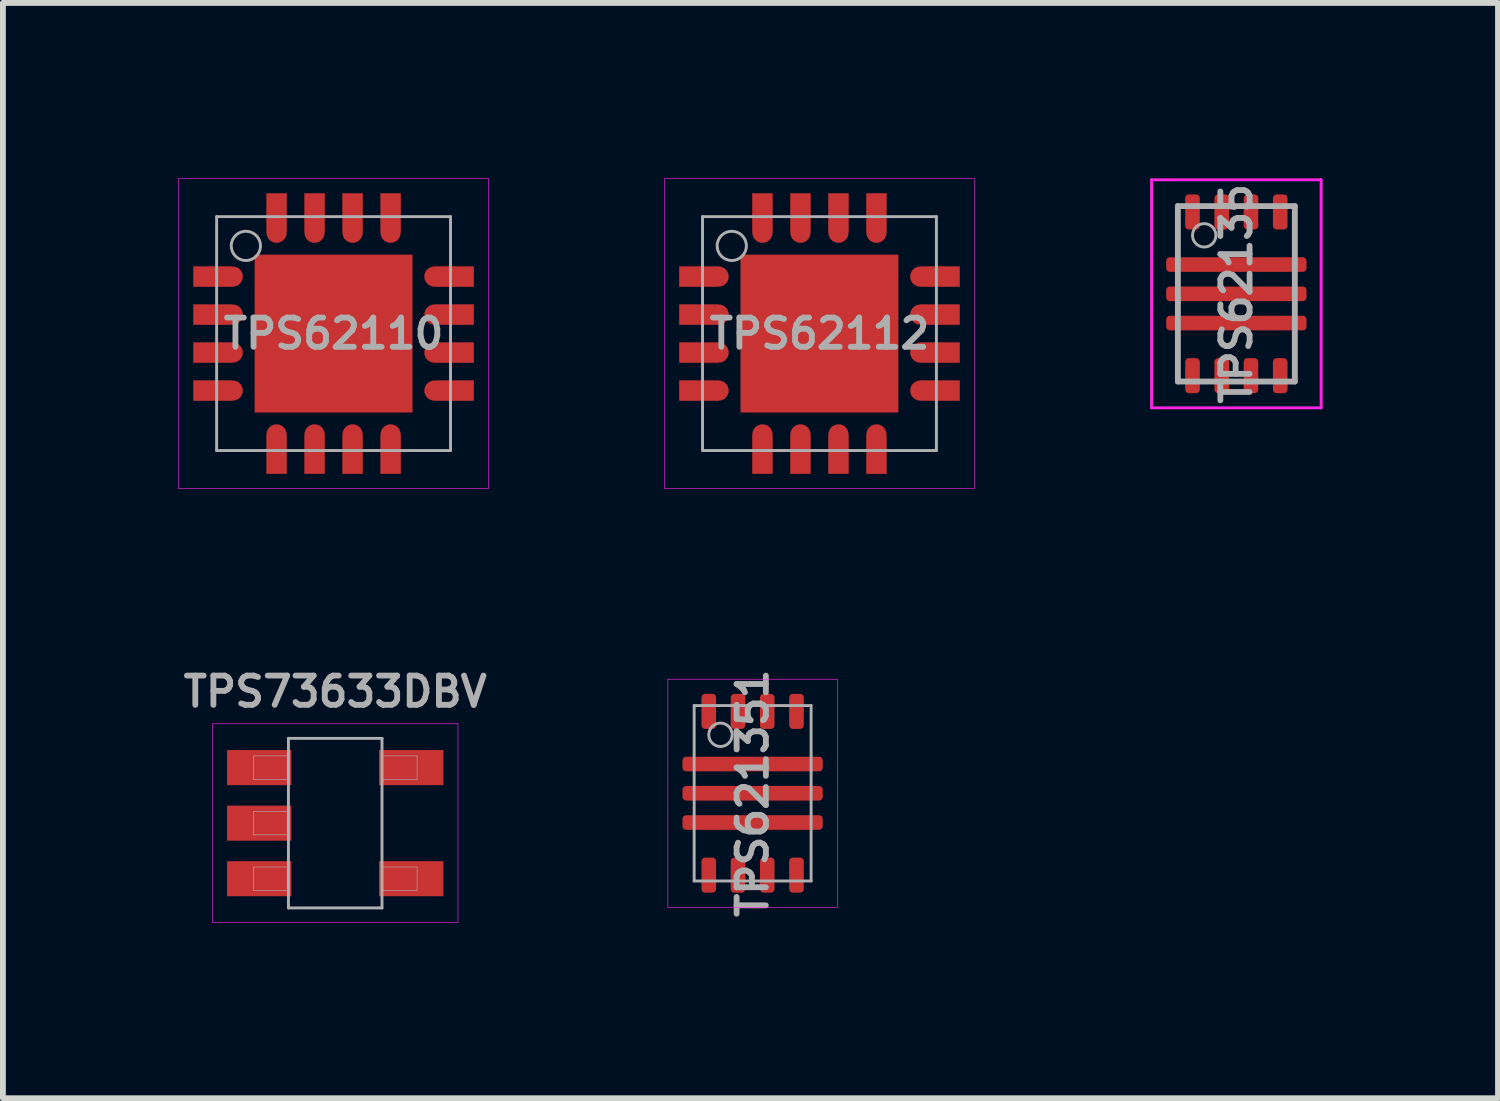
<source format=kicad_pcb>
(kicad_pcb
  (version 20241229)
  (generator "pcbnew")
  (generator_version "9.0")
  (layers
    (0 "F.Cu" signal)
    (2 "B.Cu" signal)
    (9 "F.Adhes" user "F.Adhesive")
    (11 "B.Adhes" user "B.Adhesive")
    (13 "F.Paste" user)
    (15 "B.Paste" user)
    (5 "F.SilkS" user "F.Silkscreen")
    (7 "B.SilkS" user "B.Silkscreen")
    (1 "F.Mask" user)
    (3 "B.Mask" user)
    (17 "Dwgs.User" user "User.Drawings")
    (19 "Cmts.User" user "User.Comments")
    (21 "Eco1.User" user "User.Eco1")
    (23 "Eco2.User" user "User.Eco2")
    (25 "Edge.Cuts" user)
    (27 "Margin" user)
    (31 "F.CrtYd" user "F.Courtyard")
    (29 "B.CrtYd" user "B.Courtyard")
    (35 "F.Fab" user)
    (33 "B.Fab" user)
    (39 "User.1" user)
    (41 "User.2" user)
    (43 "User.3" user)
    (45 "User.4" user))
  (footprint "TPS73633DBV"
    (layer "F.Cu")
    (at 2.683 11.028)
    (property "Reference" "TPS73633DBV" (at 0 -2.25 0) (layer "F.Fab") (effects (font (size 0.5 0.5) (thickness 0.1))))
    (attr smd)
    (fp_line (start -2.1 -1.7) (end 2.1 -1.7) (stroke (width 0.01) (type solid)) (layer "F.CrtYd"))
    (fp_line (start -2.1 1.7) (end -2.1 -1.7) (stroke (width 0.01) (type solid)) (layer "F.CrtYd"))
    (fp_line (start 2.1 -1.7) (end 2.1 1.7) (stroke (width 0.01) (type solid)) (layer "F.CrtYd"))
    (fp_line (start 2.1 1.7) (end -2.1 1.7) (stroke (width 0.01) (type solid)) (layer "F.CrtYd"))
    (fp_line (start -1.4 -1.15) (end -1.4 -0.75) (stroke (width 0.01) (type solid)) (layer "F.Fab"))
    (fp_line (start -1.4 -0.75) (end -0.8 -0.75) (stroke (width 0.01) (type solid)) (layer "F.Fab"))
    (fp_line (start -1.4 -0.2) (end -1.4 0.2) (stroke (width 0.01) (type solid)) (layer "F.Fab"))
    (fp_line (start -1.4 0.2) (end -0.8 0.2) (stroke (width 0.01) (type solid)) (layer "F.Fab"))
    (fp_line (start -1.4 0.75) (end -1.4 1.15) (stroke (width 0.01) (type solid)) (layer "F.Fab"))
    (fp_line (start -1.4 1.15) (end -0.8 1.15) (stroke (width 0.01) (type solid)) (layer "F.Fab"))
    (fp_line (start -0.8 -1.45) (end -0.8 1.45) (stroke (width 0.05) (type solid)) (layer "F.Fab"))
    (fp_line (start -0.8 -1.15) (end -1.4 -1.15) (stroke (width 0.01) (type solid)) (layer "F.Fab"))
    (fp_line (start -0.8 -0.2) (end -1.4 -0.2) (stroke (width 0.01) (type solid)) (layer "F.Fab"))
    (fp_line (start -0.8 0.75) (end -1.4 0.75) (stroke (width 0.01) (type solid)) (layer "F.Fab"))
    (fp_line (start 0.8 -1.45) (end -0.8 -1.45) (stroke (width 0.05) (type solid)) (layer "F.Fab"))
    (fp_line (start 0.8 -1.45) (end 0.8 1.45) (stroke (width 0.05) (type solid)) (layer "F.Fab"))
    (fp_line (start 0.8 -1.15) (end 1.4 -1.15) (stroke (width 0.01) (type solid)) (layer "F.Fab"))
    (fp_line (start 0.8 0.75) (end 1.4 0.75) (stroke (width 0.01) (type solid)) (layer "F.Fab"))
    (fp_line (start 0.8 1.45) (end -0.8 1.45) (stroke (width 0.05) (type solid)) (layer "F.Fab"))
    (fp_line (start 1.4 -1.15) (end 1.4 -0.75) (stroke (width 0.01) (type solid)) (layer "F.Fab"))
    (fp_line (start 1.4 -0.75) (end 0.8 -0.75) (stroke (width 0.01) (type solid)) (layer "F.Fab"))
    (fp_line (start 1.4 0.75) (end 1.4 1.15) (stroke (width 0.01) (type solid)) (layer "F.Fab"))
    (fp_line (start 1.4 1.15) (end 0.8 1.15) (stroke (width 0.01) (type solid)) (layer "F.Fab"))
    (pad "1" smd rect (at -1.3 -0.95) (size 1.1 0.6) (layers "F.Cu" "F.Mask" "F.Paste"))
    (pad "2" smd rect (at -1.3 0) (size 1.1 0.6) (layers "F.Cu" "F.Mask" "F.Paste"))
    (pad "3" smd rect (at -1.3 0.95) (size 1.1 0.6) (layers "F.Cu" "F.Mask" "F.Paste"))
    (pad "4" smd rect (at 1.3 0.95) (size 1.1 0.6) (layers "F.Cu" "F.Mask" "F.Paste"))
    (pad "5" smd rect (at 1.3 -0.95) (size 1.1 0.6) (layers "F.Cu" "F.Mask" "F.Paste")))
  (footprint "TPS62135"
    (layer "F.Cu")
    (at 18.095 1.975)
    (property "Reference" "TPS62135" (at 0 0 90) (layer "F.Fab") (effects (font (size 0.5 0.5) (thickness 0.1))))
    (attr through_hole)
    (fp_line (start -1.45 -1.95) (end -1.45 1.95) (stroke (width 0.05) (type solid)) (layer "F.CrtYd"))
    (fp_line (start -1.45 1.95) (end 1.45 1.95) (stroke (width 0.05) (type solid)) (layer "F.CrtYd"))
    (fp_line (start 1.45 -1.95) (end -1.45 -1.95) (stroke (width 0.05) (type solid)) (layer "F.CrtYd"))
    (fp_line (start 1.45 1.95) (end 1.45 -1.95) (stroke (width 0.05) (type solid)) (layer "F.CrtYd"))
    (fp_line (start -1 -1.5) (end -1 1.5) (stroke (width 0.1) (type solid)) (layer "F.Fab"))
    (fp_line (start -1 1.5) (end 1 1.5) (stroke (width 0.1) (type solid)) (layer "F.Fab"))
    (fp_line (start 1 -1.5) (end -1 -1.5) (stroke (width 0.1) (type solid)) (layer "F.Fab"))
    (fp_line (start 1 1.5) (end 1 -1.5) (stroke (width 0.1) (type solid)) (layer "F.Fab"))
    (fp_circle (center -0.55 -1) (end -0.35 -1) (stroke (width 0.05) (type solid)) (fill no) (layer "F.Fab"))
    (pad "" smd roundrect (at -0.86 -0.5) (size 0.66 0.25) (layers "F.Paste") (roundrect_rratio 0.25))
    (pad "" smd roundrect (at -0.86 0) (size 0.66 0.25) (layers "F.Paste") (roundrect_rratio 0.25))
    (pad "" smd roundrect (at -0.86 0.5) (size 0.66 0.25) (layers "F.Paste") (roundrect_rratio 0.25))
    (pad "" smd roundrect (at 0 -0.5) (size 0.66 0.25) (layers "F.Paste") (roundrect_rratio 0.25))
    (pad "" smd roundrect (at 0 0) (size 0.66 0.25) (layers "F.Paste") (roundrect_rratio 0.25))
    (pad "" smd roundrect (at 0 0.5) (size 0.66 0.25) (layers "F.Paste") (roundrect_rratio 0.25))
    (pad "" smd roundrect (at 0.86 -0.5) (size 0.66 0.25) (layers "F.Paste") (roundrect_rratio 0.25))
    (pad "" smd roundrect (at 0.86 0) (size 0.66 0.25) (layers "F.Paste") (roundrect_rratio 0.25))
    (pad "" smd roundrect (at 0.86 0.5) (size 0.66 0.25) (layers "F.Paste") (roundrect_rratio 0.25))
    (pad "1" smd roundrect (at 0 -0.5) (size 2.4 0.25) (layers "F.Cu" "F.Mask") (roundrect_rratio 0.25))
    (pad "2" smd roundrect (at 0 0) (size 2.4 0.25) (layers "F.Cu" "F.Mask") (roundrect_rratio 0.25))
    (pad "3" smd roundrect (at 0 0.5) (size 2.4 0.25) (layers "F.Cu" "F.Mask") (roundrect_rratio 0.25))
    (pad "4" smd roundrect (at -0.75 1.4) (size 0.25 0.6) (layers "F.Cu" "F.Mask" "F.Paste") (roundrect_rratio 0.25))
    (pad "5" smd roundrect (at -0.25 1.4) (size 0.25 0.6) (layers "F.Cu" "F.Mask" "F.Paste") (roundrect_rratio 0.25))
    (pad "6" smd roundrect (at 0.25 1.4) (size 0.25 0.6) (layers "F.Cu" "F.Mask" "F.Paste") (roundrect_rratio 0.25))
    (pad "7" smd roundrect (at 0.75 1.4) (size 0.25 0.6) (layers "F.Cu" "F.Mask" "F.Paste") (roundrect_rratio 0.25))
    (pad "8" smd roundrect (at 0.75 -1.4) (size 0.25 0.6) (layers "F.Cu" "F.Mask" "F.Paste") (roundrect_rratio 0.25))
    (pad "9" smd roundrect (at 0.25 -1.4) (size 0.25 0.6) (layers "F.Cu" "F.Mask" "F.Paste") (roundrect_rratio 0.25))
    (pad "10" smd roundrect (at -0.25 -1.4) (size 0.25 0.6) (layers "F.Cu" "F.Mask" "F.Paste") (roundrect_rratio 0.25))
    (pad "11" smd roundrect (at -0.75 -1.4) (size 0.25 0.6) (layers "F.Cu" "F.Mask" "F.Paste") (roundrect_rratio 0.25)))
  (footprint "TPS621351"
    (layer "F.Cu")
    (at 9.822 10.517)
    (property "Reference" "TPS621351" (at 0 0 90) (layer "F.Fab") (effects (font (size 0.5 0.5) (thickness 0.1))))
    (attr smd)
    (fp_line (start -1.45 -1.95) (end -1.45 1.95) (stroke (width 0.01) (type solid)) (layer "F.CrtYd"))
    (fp_line (start -1.45 1.95) (end 1.45 1.95) (stroke (width 0.01) (type solid)) (layer "F.CrtYd"))
    (fp_line (start 1.45 -1.95) (end -1.45 -1.95) (stroke (width 0.01) (type solid)) (layer "F.CrtYd"))
    (fp_line (start 1.45 1.95) (end 1.45 -1.95) (stroke (width 0.01) (type solid)) (layer "F.CrtYd"))
    (fp_line (start -1 -1.5) (end -1 1.5) (stroke (width 0.05) (type solid)) (layer "F.Fab"))
    (fp_line (start -1 1.5) (end 1 1.5) (stroke (width 0.05) (type solid)) (layer "F.Fab"))
    (fp_line (start 1 -1.5) (end -1 -1.5) (stroke (width 0.05) (type solid)) (layer "F.Fab"))
    (fp_line (start 1 1.5) (end 1 -1.5) (stroke (width 0.05) (type solid)) (layer "F.Fab"))
    (fp_circle (center -0.55 -1) (end -0.35 -1) (stroke (width 0.05) (type solid)) (fill no) (layer "F.Fab"))
    (pad "" smd roundrect (at -0.86 -0.5) (size 0.66 0.25) (layers "F.Paste") (roundrect_rratio 0.25))
    (pad "" smd roundrect (at -0.86 0) (size 0.66 0.25) (layers "F.Paste") (roundrect_rratio 0.25))
    (pad "" smd roundrect (at -0.86 0.5) (size 0.66 0.25) (layers "F.Paste") (roundrect_rratio 0.25))
    (pad "" smd roundrect (at 0 -0.5) (size 0.66 0.25) (layers "F.Paste") (roundrect_rratio 0.25))
    (pad "" smd roundrect (at 0 0) (size 0.66 0.25) (layers "F.Paste") (roundrect_rratio 0.25))
    (pad "" smd roundrect (at 0 0.5) (size 0.66 0.25) (layers "F.Paste") (roundrect_rratio 0.25))
    (pad "" smd roundrect (at 0.86 -0.5) (size 0.66 0.25) (layers "F.Paste") (roundrect_rratio 0.25))
    (pad "" smd roundrect (at 0.86 0) (size 0.66 0.25) (layers "F.Paste") (roundrect_rratio 0.25))
    (pad "" smd roundrect (at 0.86 0.5) (size 0.66 0.25) (layers "F.Paste") (roundrect_rratio 0.25))
    (pad "1" smd roundrect (at 0 -0.5) (size 2.4 0.25) (layers "F.Cu" "F.Mask") (roundrect_rratio 0.25))
    (pad "2" smd roundrect (at 0 0) (size 2.4 0.25) (layers "F.Cu" "F.Mask") (roundrect_rratio 0.25))
    (pad "3" smd roundrect (at 0 0.5) (size 2.4 0.25) (layers "F.Cu" "F.Mask") (roundrect_rratio 0.25))
    (pad "4" smd roundrect (at -0.75 1.4) (size 0.25 0.6) (layers "F.Cu" "F.Mask" "F.Paste") (roundrect_rratio 0.25))
    (pad "5" smd roundrect (at -0.25 1.4) (size 0.25 0.6) (layers "F.Cu" "F.Mask" "F.Paste") (roundrect_rratio 0.25))
    (pad "6" smd roundrect (at 0.25 1.4) (size 0.25 0.6) (layers "F.Cu" "F.Mask" "F.Paste") (roundrect_rratio 0.25))
    (pad "7" smd roundrect (at 0.75 1.4) (size 0.25 0.6) (layers "F.Cu" "F.Mask" "F.Paste") (roundrect_rratio 0.25))
    (pad "8" smd roundrect (at 0.75 -1.4) (size 0.25 0.6) (layers "F.Cu" "F.Mask" "F.Paste") (roundrect_rratio 0.25))
    (pad "9" smd roundrect (at 0.25 -1.4) (size 0.25 0.6) (layers "F.Cu" "F.Mask" "F.Paste") (roundrect_rratio 0.25))
    (pad "10" smd roundrect (at -0.25 -1.4) (size 0.25 0.6) (layers "F.Cu" "F.Mask" "F.Paste") (roundrect_rratio 0.25))
    (pad "11" smd roundrect (at -0.75 -1.4) (size 0.25 0.6) (layers "F.Cu" "F.Mask" "F.Paste") (roundrect_rratio 0.25)))
  (footprint "TPS62110"
    (layer "F.Cu")
    (at 2.655 2.655)
    (property "Reference" "TPS62110" (at 0 0 0) (layer "F.Fab") (effects (font (size 0.5 0.5) (thickness 0.1))))
    (attr smd)
    (fp_line (start -2.65 -2.65) (end -2.65 2.65) (stroke (width 0.01) (type solid)) (layer "F.CrtYd"))
    (fp_line (start -2.65 -2.65) (end 2.65 -2.65) (stroke (width 0.01) (type solid)) (layer "F.CrtYd"))
    (fp_line (start -2.65 2.65) (end 2.65 2.65) (stroke (width 0.01) (type solid)) (layer "F.CrtYd"))
    (fp_line (start 2.65 -2.65) (end 2.65 2.65) (stroke (width 0.01) (type solid)) (layer "F.CrtYd"))
    (fp_line (start -2 -2) (end 2 -2) (stroke (width 0.05) (type solid)) (layer "F.Fab"))
    (fp_line (start -2 2) (end -2 -2) (stroke (width 0.05) (type solid)) (layer "F.Fab"))
    (fp_line (start 2 -2) (end 2 2) (stroke (width 0.05) (type solid)) (layer "F.Fab"))
    (fp_line (start 2 2) (end -2 2) (stroke (width 0.05) (type solid)) (layer "F.Fab"))
    (fp_circle (center -1.5 -1.5) (end -1.25 -1.5) (stroke (width 0.05) (type solid)) (fill no) (layer "F.Fab"))
    (pad "" smd rect (at -0.7 -0.7) (size 1.1 1.1) (layers "F.Paste"))
    (pad "" smd rect (at -0.7 0.7) (size 1.1 1.1) (layers "F.Paste"))
    (pad "" smd rect (at 0.7 -0.7) (size 1.1 1.1) (layers "F.Paste"))
    (pad "" smd rect (at 0.7 0.7) (size 1.1 1.1) (layers "F.Paste"))
    (pad "1" smd custom (at -2.062 -0.975) (size 0.675 0.35) (layers "F.Cu" "F.Mask" "F.Paste") (options (anchor rect)) (primitives (gr_circle (center 0.338 0) (end 0.512 0) (width 0) (fill yes))))
    (pad "2" smd custom (at -2.062 -0.325) (size 0.675 0.35) (layers "F.Cu" "F.Mask" "F.Paste") (options (anchor rect)) (primitives (gr_circle (center 0.338 0) (end 0.512 0) (width 0) (fill yes))))
    (pad "3" smd custom (at -2.062 0.325) (size 0.675 0.35) (layers "F.Cu" "F.Mask" "F.Paste") (options (anchor rect)) (primitives (gr_circle (center 0.338 0) (end 0.512 0) (width 0) (fill yes))))
    (pad "4" smd custom (at -2.062 0.975) (size 0.675 0.35) (layers "F.Cu" "F.Mask" "F.Paste") (options (anchor rect)) (primitives (gr_circle (center 0.338 0) (end 0.512 0) (width 0) (fill yes))))
    (pad "5" smd custom (at -0.975 2.062 90) (size 0.675 0.35) (layers "F.Cu" "F.Mask" "F.Paste") (options (anchor rect)) (primitives (gr_circle (center 0.338 0) (end 0.512 0) (width 0) (fill yes))))
    (pad "6" smd custom (at -0.325 2.062 90) (size 0.675 0.35) (layers "F.Cu" "F.Mask" "F.Paste") (options (anchor rect)) (primitives (gr_circle (center 0.338 0) (end 0.512 0) (width 0) (fill yes))))
    (pad "7" smd custom (at 0.325 2.062 90) (size 0.675 0.35) (layers "F.Cu" "F.Mask" "F.Paste") (options (anchor rect)) (primitives (gr_circle (center 0.338 0) (end 0.512 0) (width 0) (fill yes))))
    (pad "8" smd custom (at 0.975 2.062 90) (size 0.675 0.35) (layers "F.Cu" "F.Mask" "F.Paste") (options (anchor rect)) (primitives (gr_circle (center 0.338 0) (end 0.512 0) (width 0) (fill yes))))
    (pad "9" smd custom (at 2.062 0.975 180) (size 0.675 0.35) (layers "F.Cu" "F.Mask" "F.Paste") (options (anchor rect)) (primitives (gr_circle (center 0.338 0) (end 0.512 0) (width 0) (fill yes))))
    (pad "10" smd custom (at 2.062 0.325 180) (size 0.675 0.35) (layers "F.Cu" "F.Mask" "F.Paste") (options (anchor rect)) (primitives (gr_circle (center 0.338 0) (end 0.512 0) (width 0) (fill yes))))
    (pad "11" smd custom (at 2.062 -0.325 180) (size 0.675 0.35) (layers "F.Cu" "F.Mask" "F.Paste") (options (anchor rect)) (primitives (gr_circle (center 0.338 0) (end 0.512 0) (width 0) (fill yes))))
    (pad "12" smd custom (at 2.062 -0.975 180) (size 0.675 0.35) (layers "F.Cu" "F.Mask" "F.Paste") (options (anchor rect)) (primitives (gr_circle (center 0.338 0) (end 0.512 0) (width 0) (fill yes))))
    (pad "13" smd custom (at 0.975 -2.062 270) (size 0.675 0.35) (layers "F.Cu" "F.Mask" "F.Paste") (options (anchor rect)) (primitives (gr_circle (center 0.338 0) (end 0.512 0) (width 0) (fill yes))))
    (pad "14" smd custom (at 0.325 -2.062 270) (size 0.675 0.35) (layers "F.Cu" "F.Mask" "F.Paste") (options (anchor rect)) (primitives (gr_circle (center 0.338 0) (end 0.512 0) (width 0) (fill yes))))
    (pad "15" smd custom (at -0.325 -2.062 270) (size 0.675 0.35) (layers "F.Cu" "F.Mask" "F.Paste") (options (anchor rect)) (primitives (gr_circle (center 0.338 0) (end 0.512 0) (width 0) (fill yes))))
    (pad "16" smd custom (at -0.975 -2.062 270) (size 0.675 0.35) (layers "F.Cu" "F.Mask" "F.Paste") (options (anchor rect)) (primitives (gr_circle (center 0.338 0) (end 0.512 0) (width 0) (fill yes))))
    (pad "17" smd rect (at 0 0) (size 2.7 2.7) (layers "F.Cu" "F.Mask")))
  (footprint "TPS62112"
    (layer "F.Cu")
    (at 10.965 2.655)
    (property "Reference" "TPS62112" (at 0 0 0) (layer "F.Fab") (effects (font (size 0.5 0.5) (thickness 0.1))))
    (attr smd)
    (fp_line (start -2.65 -2.65) (end -2.65 2.65) (stroke (width 0.01) (type solid)) (layer "F.CrtYd"))
    (fp_line (start -2.65 -2.65) (end 2.65 -2.65) (stroke (width 0.01) (type solid)) (layer "F.CrtYd"))
    (fp_line (start -2.65 2.65) (end 2.65 2.65) (stroke (width 0.01) (type solid)) (layer "F.CrtYd"))
    (fp_line (start 2.65 -2.65) (end 2.65 2.65) (stroke (width 0.01) (type solid)) (layer "F.CrtYd"))
    (fp_line (start -2 -2) (end 2 -2) (stroke (width 0.05) (type solid)) (layer "F.Fab"))
    (fp_line (start -2 2) (end -2 -2) (stroke (width 0.05) (type solid)) (layer "F.Fab"))
    (fp_line (start 2 -2) (end 2 2) (stroke (width 0.05) (type solid)) (layer "F.Fab"))
    (fp_line (start 2 2) (end -2 2) (stroke (width 0.05) (type solid)) (layer "F.Fab"))
    (fp_circle (center -1.5 -1.5) (end -1.25 -1.5) (stroke (width 0.05) (type solid)) (fill no) (layer "F.Fab"))
    (pad "" smd rect (at -0.7 -0.7) (size 1.1 1.1) (layers "F.Paste"))
    (pad "" smd rect (at -0.7 0.7) (size 1.1 1.1) (layers "F.Paste"))
    (pad "" smd rect (at 0.7 -0.7) (size 1.1 1.1) (layers "F.Paste"))
    (pad "" smd rect (at 0.7 0.7) (size 1.1 1.1) (layers "F.Paste"))
    (pad "1" smd custom (at -2.062 -0.975) (size 0.675 0.35) (layers "F.Cu" "F.Mask" "F.Paste") (options (anchor rect)) (primitives (gr_circle (center 0.338 0) (end 0.512 0) (width 0) (fill yes))))
    (pad "2" smd custom (at -2.062 -0.325) (size 0.675 0.35) (layers "F.Cu" "F.Mask" "F.Paste") (options (anchor rect)) (primitives (gr_circle (center 0.338 0) (end 0.512 0) (width 0) (fill yes))))
    (pad "3" smd custom (at -2.062 0.325) (size 0.675 0.35) (layers "F.Cu" "F.Mask" "F.Paste") (options (anchor rect)) (primitives (gr_circle (center 0.338 0) (end 0.512 0) (width 0) (fill yes))))
    (pad "4" smd custom (at -2.062 0.975) (size 0.675 0.35) (layers "F.Cu" "F.Mask" "F.Paste") (options (anchor rect)) (primitives (gr_circle (center 0.338 0) (end 0.512 0) (width 0) (fill yes))))
    (pad "5" smd custom (at -0.975 2.062 90) (size 0.675 0.35) (layers "F.Cu" "F.Mask" "F.Paste") (options (anchor rect)) (primitives (gr_circle (center 0.338 0) (end 0.512 0) (width 0) (fill yes))))
    (pad "6" smd custom (at -0.325 2.062 90) (size 0.675 0.35) (layers "F.Cu" "F.Mask" "F.Paste") (options (anchor rect)) (primitives (gr_circle (center 0.338 0) (end 0.512 0) (width 0) (fill yes))))
    (pad "7" smd custom (at 0.325 2.062 90) (size 0.675 0.35) (layers "F.Cu" "F.Mask" "F.Paste") (options (anchor rect)) (primitives (gr_circle (center 0.338 0) (end 0.512 0) (width 0) (fill yes))))
    (pad "8" smd custom (at 0.975 2.062 90) (size 0.675 0.35) (layers "F.Cu" "F.Mask" "F.Paste") (options (anchor rect)) (primitives (gr_circle (center 0.338 0) (end 0.512 0) (width 0) (fill yes))))
    (pad "9" smd custom (at 2.062 0.975 180) (size 0.675 0.35) (layers "F.Cu" "F.Mask" "F.Paste") (options (anchor rect)) (primitives (gr_circle (center 0.338 0) (end 0.512 0) (width 0) (fill yes))))
    (pad "10" smd custom (at 2.062 0.325 180) (size 0.675 0.35) (layers "F.Cu" "F.Mask" "F.Paste") (options (anchor rect)) (primitives (gr_circle (center 0.338 0) (end 0.512 0) (width 0) (fill yes))))
    (pad "11" smd custom (at 2.062 -0.325 180) (size 0.675 0.35) (layers "F.Cu" "F.Mask" "F.Paste") (options (anchor rect)) (primitives (gr_circle (center 0.338 0) (end 0.512 0) (width 0) (fill yes))))
    (pad "12" smd custom (at 2.062 -0.975 180) (size 0.675 0.35) (layers "F.Cu" "F.Mask" "F.Paste") (options (anchor rect)) (primitives (gr_circle (center 0.338 0) (end 0.512 0) (width 0) (fill yes))))
    (pad "13" smd custom (at 0.975 -2.062 270) (size 0.675 0.35) (layers "F.Cu" "F.Mask" "F.Paste") (options (anchor rect)) (primitives (gr_circle (center 0.338 0) (end 0.512 0) (width 0) (fill yes))))
    (pad "14" smd custom (at 0.325 -2.062 270) (size 0.675 0.35) (layers "F.Cu" "F.Mask" "F.Paste") (options (anchor rect)) (primitives (gr_circle (center 0.338 0) (end 0.512 0) (width 0) (fill yes))))
    (pad "15" smd custom (at -0.325 -2.062 270) (size 0.675 0.35) (layers "F.Cu" "F.Mask" "F.Paste") (options (anchor rect)) (primitives (gr_circle (center 0.338 0) (end 0.512 0) (width 0) (fill yes))))
    (pad "16" smd custom (at -0.975 -2.062 270) (size 0.675 0.35) (layers "F.Cu" "F.Mask" "F.Paste") (options (anchor rect)) (primitives (gr_circle (center 0.338 0) (end 0.512 0) (width 0) (fill yes))))
    (pad "17" smd rect (at 0 0) (size 2.7 2.7) (layers "F.Cu" "F.Mask")))
  (gr_rect
    (start -3 -3)
    (end 22.57 15.733)
    (stroke (width 0.1) (type default))
    (fill no)
    (layer "Edge.Cuts")))
</source>
